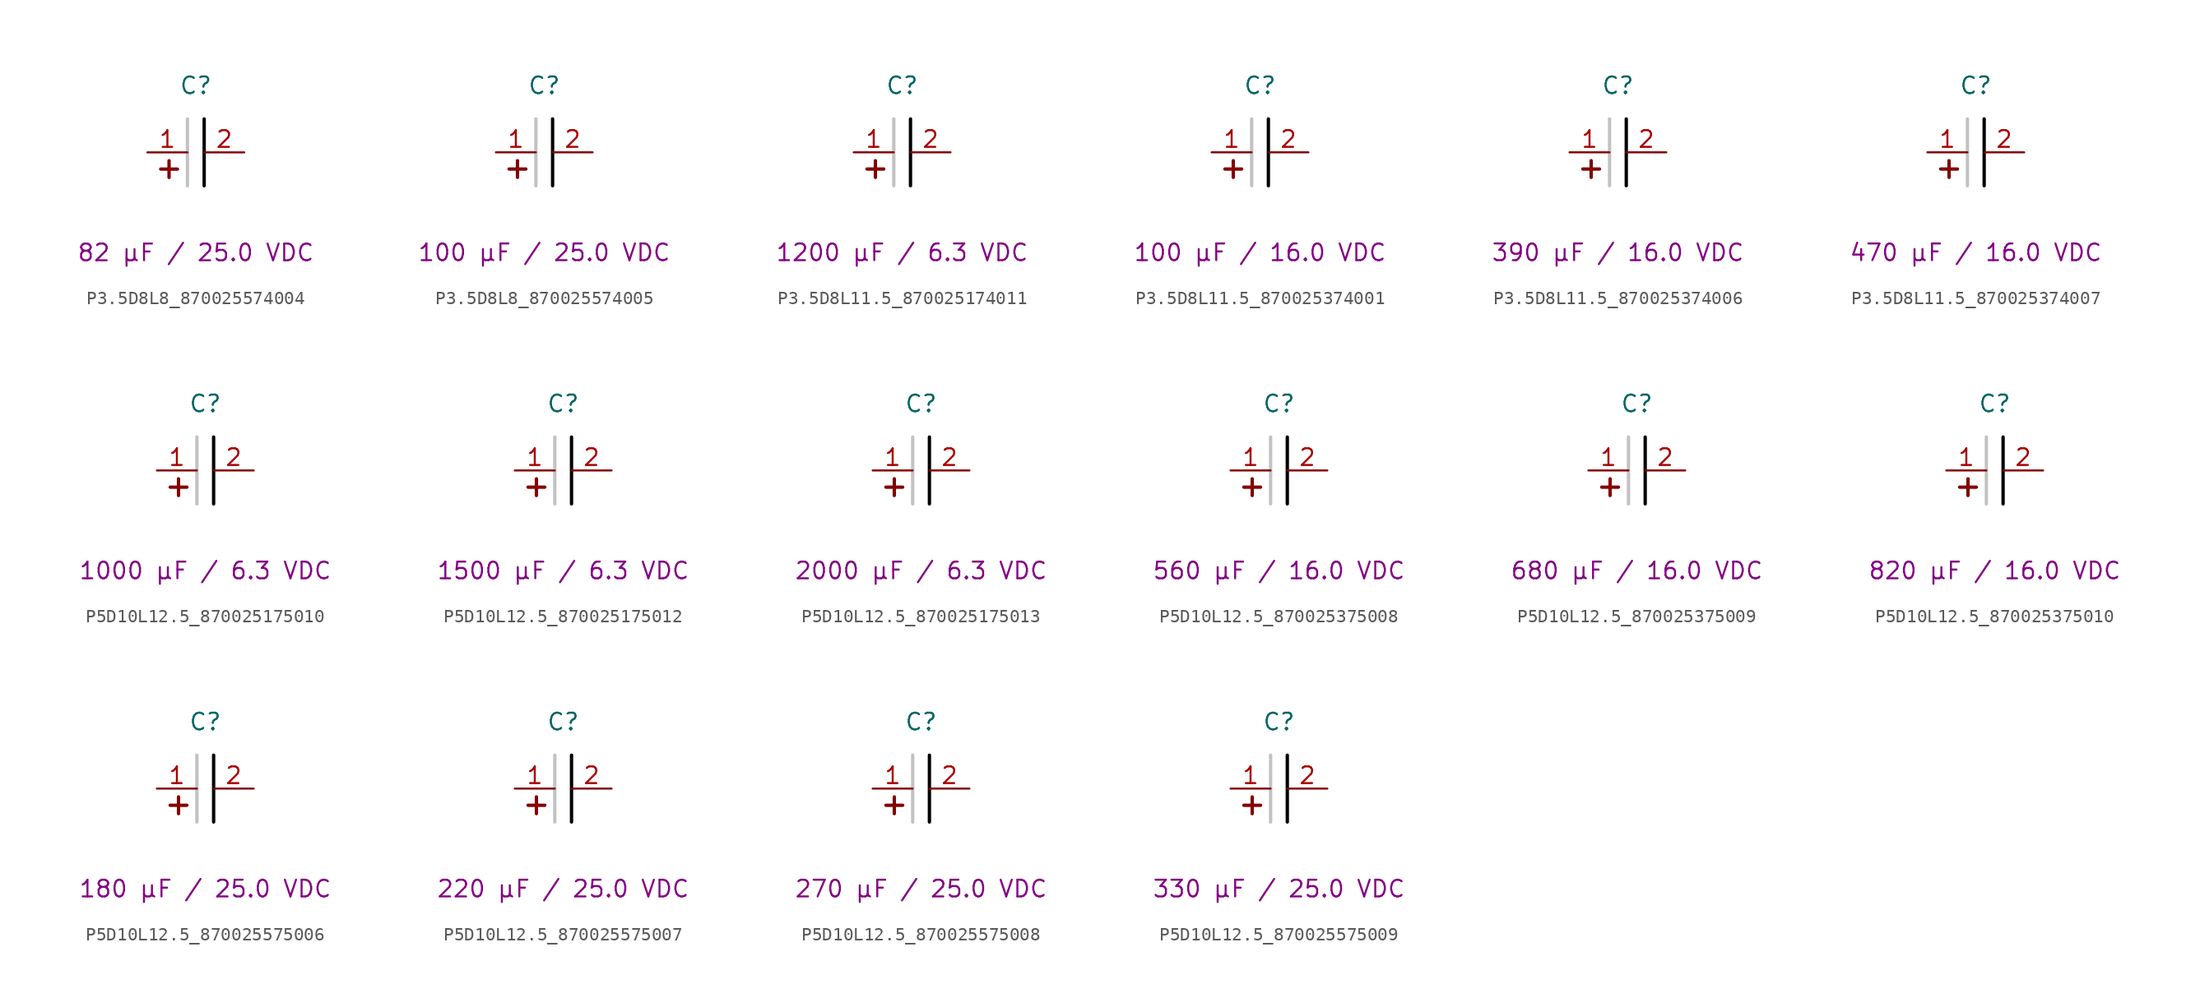
<source format=kicad_sym>
(kicad_symbol_lib
  (version 20220914)
  (generator kicad_symbol_editor)
  (symbol "P3.5D8L8_870025574004"
    (pin_names hide)
    (property "Reference" "C"
      (at 0 5.08 0)
      (effects (font (size 1.27 1.27))))
    (property "Critical Parameter" "82 µF / 25.0 VDC"
      (at 0 -7.62 0)
      (effects (font (size 1.27 1.27))))
    (symbol "P3.5D8L8_870025574004_1_1"
      (polyline (pts (xy -2.667 -1.27) (xy -1.397 -1.27)) (stroke (width 0.254) (type default)) (fill (type none)))
      (polyline (pts (xy -2.032 -0.635) (xy -2.032 -1.905)) (stroke (width 0.254) (type default)) (fill (type none)))
      (polyline (pts (xy -0.635 2.54) (xy -0.635 -2.54)) (stroke (width 0.254) (type default) (color 194 194 194 1)) (fill (type none)))
      (polyline (pts (xy 0.635 2.54) (xy 0.635 -2.54)) (stroke (width 0.254) (type default) (color 0 0 0 1)) (fill (type none)))
      (pin passive line (at -3.679 0 0) (length 3.044) (name "1" (effects (font (size 1.27 1.27)))) (number "1" (effects (font (size 1.27 1.27)))))
      (pin passive line (at 3.679 0 180) (length 3.044) (name "2" (effects (font (size 1.27 1.27)))) (number "2" (effects (font (size 1.27 1.27)))))))
  (symbol "P3.5D8L8_870025574005"
    (pin_names hide)
    (property "Reference" "C"
      (at 0 5.08 0)
      (effects (font (size 1.27 1.27))))
    (property "Critical Parameter" "100 µF / 25.0 VDC"
      (at 0 -7.62 0)
      (effects (font (size 1.27 1.27))))
    (symbol "P3.5D8L8_870025574005_1_1"
      (polyline (pts (xy -2.667 -1.27) (xy -1.397 -1.27)) (stroke (width 0.254) (type default)) (fill (type none)))
      (polyline (pts (xy -2.032 -0.635) (xy -2.032 -1.905)) (stroke (width 0.254) (type default)) (fill (type none)))
      (polyline (pts (xy -0.635 2.54) (xy -0.635 -2.54)) (stroke (width 0.254) (type default) (color 194 194 194 1)) (fill (type none)))
      (polyline (pts (xy 0.635 2.54) (xy 0.635 -2.54)) (stroke (width 0.254) (type default) (color 0 0 0 1)) (fill (type none)))
      (pin passive line (at -3.679 0 0) (length 3.044) (name "1" (effects (font (size 1.27 1.27)))) (number "1" (effects (font (size 1.27 1.27)))))
      (pin passive line (at 3.679 0 180) (length 3.044) (name "2" (effects (font (size 1.27 1.27)))) (number "2" (effects (font (size 1.27 1.27)))))))
  (symbol "P3.5D8L11.5_870025174011"
    (pin_names hide)
    (property "Reference" "C"
      (at 0 5.08 0)
      (effects (font (size 1.27 1.27))))
    (property "Critical Parameter" "1200 µF / 6.3 VDC"
      (at 0 -7.62 0)
      (effects (font (size 1.27 1.27))))
    (symbol "P3.5D8L11.5_870025174011_1_1"
      (polyline (pts (xy -2.667 -1.27) (xy -1.397 -1.27)) (stroke (width 0.254) (type default)) (fill (type none)))
      (polyline (pts (xy -2.032 -0.635) (xy -2.032 -1.905)) (stroke (width 0.254) (type default)) (fill (type none)))
      (polyline (pts (xy -0.635 2.54) (xy -0.635 -2.54)) (stroke (width 0.254) (type default) (color 194 194 194 1)) (fill (type none)))
      (polyline (pts (xy 0.635 2.54) (xy 0.635 -2.54)) (stroke (width 0.254) (type default) (color 0 0 0 1)) (fill (type none)))
      (pin passive line (at -3.679 0 0) (length 3.044) (name "1" (effects (font (size 1.27 1.27)))) (number "1" (effects (font (size 1.27 1.27)))))
      (pin passive line (at 3.679 0 180) (length 3.044) (name "2" (effects (font (size 1.27 1.27)))) (number "2" (effects (font (size 1.27 1.27)))))))
  (symbol "P3.5D8L11.5_870025374001"
    (pin_names hide)
    (property "Reference" "C"
      (at 0 5.08 0)
      (effects (font (size 1.27 1.27))))
    (property "Critical Parameter" "100 µF / 16.0 VDC"
      (at 0 -7.62 0)
      (effects (font (size 1.27 1.27))))
    (symbol "P3.5D8L11.5_870025374001_1_1"
      (polyline (pts (xy -2.667 -1.27) (xy -1.397 -1.27)) (stroke (width 0.254) (type default)) (fill (type none)))
      (polyline (pts (xy -2.032 -0.635) (xy -2.032 -1.905)) (stroke (width 0.254) (type default)) (fill (type none)))
      (polyline (pts (xy -0.635 2.54) (xy -0.635 -2.54)) (stroke (width 0.254) (type default) (color 194 194 194 1)) (fill (type none)))
      (polyline (pts (xy 0.635 2.54) (xy 0.635 -2.54)) (stroke (width 0.254) (type default) (color 0 0 0 1)) (fill (type none)))
      (pin passive line (at -3.679 0 0) (length 3.044) (name "1" (effects (font (size 1.27 1.27)))) (number "1" (effects (font (size 1.27 1.27)))))
      (pin passive line (at 3.679 0 180) (length 3.044) (name "2" (effects (font (size 1.27 1.27)))) (number "2" (effects (font (size 1.27 1.27)))))))
  (symbol "P3.5D8L11.5_870025374006"
    (pin_names hide)
    (property "Reference" "C"
      (at 0 5.08 0)
      (effects (font (size 1.27 1.27))))
    (property "Critical Parameter" "390 µF / 16.0 VDC"
      (at 0 -7.62 0)
      (effects (font (size 1.27 1.27))))
    (symbol "P3.5D8L11.5_870025374006_1_1"
      (polyline (pts (xy -2.667 -1.27) (xy -1.397 -1.27)) (stroke (width 0.254) (type default)) (fill (type none)))
      (polyline (pts (xy -2.032 -0.635) (xy -2.032 -1.905)) (stroke (width 0.254) (type default)) (fill (type none)))
      (polyline (pts (xy -0.635 2.54) (xy -0.635 -2.54)) (stroke (width 0.254) (type default) (color 194 194 194 1)) (fill (type none)))
      (polyline (pts (xy 0.635 2.54) (xy 0.635 -2.54)) (stroke (width 0.254) (type default) (color 0 0 0 1)) (fill (type none)))
      (pin passive line (at -3.679 0 0) (length 3.044) (name "1" (effects (font (size 1.27 1.27)))) (number "1" (effects (font (size 1.27 1.27)))))
      (pin passive line (at 3.679 0 180) (length 3.044) (name "2" (effects (font (size 1.27 1.27)))) (number "2" (effects (font (size 1.27 1.27)))))))
  (symbol "P3.5D8L11.5_870025374007"
    (pin_names hide)
    (property "Reference" "C"
      (at 0 5.08 0)
      (effects (font (size 1.27 1.27))))
    (property "Critical Parameter" "470 µF / 16.0 VDC"
      (at 0 -7.62 0)
      (effects (font (size 1.27 1.27))))
    (symbol "P3.5D8L11.5_870025374007_1_1"
      (polyline (pts (xy -2.667 -1.27) (xy -1.397 -1.27)) (stroke (width 0.254) (type default)) (fill (type none)))
      (polyline (pts (xy -2.032 -0.635) (xy -2.032 -1.905)) (stroke (width 0.254) (type default)) (fill (type none)))
      (polyline (pts (xy -0.635 2.54) (xy -0.635 -2.54)) (stroke (width 0.254) (type default) (color 194 194 194 1)) (fill (type none)))
      (polyline (pts (xy 0.635 2.54) (xy 0.635 -2.54)) (stroke (width 0.254) (type default) (color 0 0 0 1)) (fill (type none)))
      (pin passive line (at -3.679 0 0) (length 3.044) (name "1" (effects (font (size 1.27 1.27)))) (number "1" (effects (font (size 1.27 1.27)))))
      (pin passive line (at 3.679 0 180) (length 3.044) (name "2" (effects (font (size 1.27 1.27)))) (number "2" (effects (font (size 1.27 1.27)))))))
  (symbol "P5D10L12.5_870025175010"
    (pin_names hide)
    (property "Reference" "C"
      (at 0 5.08 0)
      (effects (font (size 1.27 1.27))))
    (property "Critical Parameter" "1000 µF / 6.3 VDC"
      (at 0 -7.62 0)
      (effects (font (size 1.27 1.27))))
    (symbol "P5D10L12.5_870025175010_1_1"
      (polyline (pts (xy -2.667 -1.27) (xy -1.397 -1.27)) (stroke (width 0.254) (type default)) (fill (type none)))
      (polyline (pts (xy -2.032 -0.635) (xy -2.032 -1.905)) (stroke (width 0.254) (type default)) (fill (type none)))
      (polyline (pts (xy -0.635 2.54) (xy -0.635 -2.54)) (stroke (width 0.254) (type default) (color 194 194 194 1)) (fill (type none)))
      (polyline (pts (xy 0.635 2.54) (xy 0.635 -2.54)) (stroke (width 0.254) (type default) (color 0 0 0 1)) (fill (type none)))
      (pin passive line (at -3.679 0 0) (length 3.044) (name "1" (effects (font (size 1.27 1.27)))) (number "1" (effects (font (size 1.27 1.27)))))
      (pin passive line (at 3.679 0 180) (length 3.044) (name "2" (effects (font (size 1.27 1.27)))) (number "2" (effects (font (size 1.27 1.27)))))))
  (symbol "P5D10L12.5_870025175012"
    (pin_names hide)
    (property "Reference" "C"
      (at 0 5.08 0)
      (effects (font (size 1.27 1.27))))
    (property "Critical Parameter" "1500 µF / 6.3 VDC"
      (at 0 -7.62 0)
      (effects (font (size 1.27 1.27))))
    (symbol "P5D10L12.5_870025175012_1_1"
      (polyline (pts (xy -2.667 -1.27) (xy -1.397 -1.27)) (stroke (width 0.254) (type default)) (fill (type none)))
      (polyline (pts (xy -2.032 -0.635) (xy -2.032 -1.905)) (stroke (width 0.254) (type default)) (fill (type none)))
      (polyline (pts (xy -0.635 2.54) (xy -0.635 -2.54)) (stroke (width 0.254) (type default) (color 194 194 194 1)) (fill (type none)))
      (polyline (pts (xy 0.635 2.54) (xy 0.635 -2.54)) (stroke (width 0.254) (type default) (color 0 0 0 1)) (fill (type none)))
      (pin passive line (at -3.679 0 0) (length 3.044) (name "1" (effects (font (size 1.27 1.27)))) (number "1" (effects (font (size 1.27 1.27)))))
      (pin passive line (at 3.679 0 180) (length 3.044) (name "2" (effects (font (size 1.27 1.27)))) (number "2" (effects (font (size 1.27 1.27)))))))
  (symbol "P5D10L12.5_870025175013"
    (pin_names hide)
    (property "Reference" "C"
      (at 0 5.08 0)
      (effects (font (size 1.27 1.27))))
    (property "Critical Parameter" "2000 µF / 6.3 VDC"
      (at 0 -7.62 0)
      (effects (font (size 1.27 1.27))))
    (symbol "P5D10L12.5_870025175013_1_1"
      (polyline (pts (xy -2.667 -1.27) (xy -1.397 -1.27)) (stroke (width 0.254) (type default)) (fill (type none)))
      (polyline (pts (xy -2.032 -0.635) (xy -2.032 -1.905)) (stroke (width 0.254) (type default)) (fill (type none)))
      (polyline (pts (xy -0.635 2.54) (xy -0.635 -2.54)) (stroke (width 0.254) (type default) (color 194 194 194 1)) (fill (type none)))
      (polyline (pts (xy 0.635 2.54) (xy 0.635 -2.54)) (stroke (width 0.254) (type default) (color 0 0 0 1)) (fill (type none)))
      (pin passive line (at -3.679 0 0) (length 3.044) (name "1" (effects (font (size 1.27 1.27)))) (number "1" (effects (font (size 1.27 1.27)))))
      (pin passive line (at 3.679 0 180) (length 3.044) (name "2" (effects (font (size 1.27 1.27)))) (number "2" (effects (font (size 1.27 1.27)))))))
  (symbol "P5D10L12.5_870025375008"
    (pin_names hide)
    (property "Reference" "C"
      (at 0 5.08 0)
      (effects (font (size 1.27 1.27))))
    (property "Critical Parameter" "560 µF / 16.0 VDC"
      (at 0 -7.62 0)
      (effects (font (size 1.27 1.27))))
    (symbol "P5D10L12.5_870025375008_1_1"
      (polyline (pts (xy -2.667 -1.27) (xy -1.397 -1.27)) (stroke (width 0.254) (type default)) (fill (type none)))
      (polyline (pts (xy -2.032 -0.635) (xy -2.032 -1.905)) (stroke (width 0.254) (type default)) (fill (type none)))
      (polyline (pts (xy -0.635 2.54) (xy -0.635 -2.54)) (stroke (width 0.254) (type default) (color 194 194 194 1)) (fill (type none)))
      (polyline (pts (xy 0.635 2.54) (xy 0.635 -2.54)) (stroke (width 0.254) (type default) (color 0 0 0 1)) (fill (type none)))
      (pin passive line (at -3.679 0 0) (length 3.044) (name "1" (effects (font (size 1.27 1.27)))) (number "1" (effects (font (size 1.27 1.27)))))
      (pin passive line (at 3.679 0 180) (length 3.044) (name "2" (effects (font (size 1.27 1.27)))) (number "2" (effects (font (size 1.27 1.27)))))))
  (symbol "P5D10L12.5_870025375009"
    (pin_names hide)
    (property "Reference" "C"
      (at 0 5.08 0)
      (effects (font (size 1.27 1.27))))
    (property "Critical Parameter" "680 µF / 16.0 VDC"
      (at 0 -7.62 0)
      (effects (font (size 1.27 1.27))))
    (symbol "P5D10L12.5_870025375009_1_1"
      (polyline (pts (xy -2.667 -1.27) (xy -1.397 -1.27)) (stroke (width 0.254) (type default)) (fill (type none)))
      (polyline (pts (xy -2.032 -0.635) (xy -2.032 -1.905)) (stroke (width 0.254) (type default)) (fill (type none)))
      (polyline (pts (xy -0.635 2.54) (xy -0.635 -2.54)) (stroke (width 0.254) (type default) (color 194 194 194 1)) (fill (type none)))
      (polyline (pts (xy 0.635 2.54) (xy 0.635 -2.54)) (stroke (width 0.254) (type default) (color 0 0 0 1)) (fill (type none)))
      (pin passive line (at -3.679 0 0) (length 3.044) (name "1" (effects (font (size 1.27 1.27)))) (number "1" (effects (font (size 1.27 1.27)))))
      (pin passive line (at 3.679 0 180) (length 3.044) (name "2" (effects (font (size 1.27 1.27)))) (number "2" (effects (font (size 1.27 1.27)))))))
  (symbol "P5D10L12.5_870025375010"
    (pin_names hide)
    (property "Reference" "C"
      (at 0 5.08 0)
      (effects (font (size 1.27 1.27))))
    (property "Critical Parameter" "820 µF / 16.0 VDC"
      (at 0 -7.62 0)
      (effects (font (size 1.27 1.27))))
    (symbol "P5D10L12.5_870025375010_1_1"
      (polyline (pts (xy -2.667 -1.27) (xy -1.397 -1.27)) (stroke (width 0.254) (type default)) (fill (type none)))
      (polyline (pts (xy -2.032 -0.635) (xy -2.032 -1.905)) (stroke (width 0.254) (type default)) (fill (type none)))
      (polyline (pts (xy -0.635 2.54) (xy -0.635 -2.54)) (stroke (width 0.254) (type default) (color 194 194 194 1)) (fill (type none)))
      (polyline (pts (xy 0.635 2.54) (xy 0.635 -2.54)) (stroke (width 0.254) (type default) (color 0 0 0 1)) (fill (type none)))
      (pin passive line (at -3.679 0 0) (length 3.044) (name "1" (effects (font (size 1.27 1.27)))) (number "1" (effects (font (size 1.27 1.27)))))
      (pin passive line (at 3.679 0 180) (length 3.044) (name "2" (effects (font (size 1.27 1.27)))) (number "2" (effects (font (size 1.27 1.27)))))))
  (symbol "P5D10L12.5_870025575006"
    (pin_names hide)
    (property "Reference" "C"
      (at 0 5.08 0)
      (effects (font (size 1.27 1.27))))
    (property "Critical Parameter" "180 µF / 25.0 VDC"
      (at 0 -7.62 0)
      (effects (font (size 1.27 1.27))))
    (symbol "P5D10L12.5_870025575006_1_1"
      (polyline (pts (xy -2.667 -1.27) (xy -1.397 -1.27)) (stroke (width 0.254) (type default)) (fill (type none)))
      (polyline (pts (xy -2.032 -0.635) (xy -2.032 -1.905)) (stroke (width 0.254) (type default)) (fill (type none)))
      (polyline (pts (xy -0.635 2.54) (xy -0.635 -2.54)) (stroke (width 0.254) (type default) (color 194 194 194 1)) (fill (type none)))
      (polyline (pts (xy 0.635 2.54) (xy 0.635 -2.54)) (stroke (width 0.254) (type default) (color 0 0 0 1)) (fill (type none)))
      (pin passive line (at -3.679 0 0) (length 3.044) (name "1" (effects (font (size 1.27 1.27)))) (number "1" (effects (font (size 1.27 1.27)))))
      (pin passive line (at 3.679 0 180) (length 3.044) (name "2" (effects (font (size 1.27 1.27)))) (number "2" (effects (font (size 1.27 1.27)))))))
  (symbol "P5D10L12.5_870025575007"
    (pin_names hide)
    (property "Reference" "C"
      (at 0 5.08 0)
      (effects (font (size 1.27 1.27))))
    (property "Critical Parameter" "220 µF / 25.0 VDC"
      (at 0 -7.62 0)
      (effects (font (size 1.27 1.27))))
    (symbol "P5D10L12.5_870025575007_1_1"
      (polyline (pts (xy -2.667 -1.27) (xy -1.397 -1.27)) (stroke (width 0.254) (type default)) (fill (type none)))
      (polyline (pts (xy -2.032 -0.635) (xy -2.032 -1.905)) (stroke (width 0.254) (type default)) (fill (type none)))
      (polyline (pts (xy -0.635 2.54) (xy -0.635 -2.54)) (stroke (width 0.254) (type default) (color 194 194 194 1)) (fill (type none)))
      (polyline (pts (xy 0.635 2.54) (xy 0.635 -2.54)) (stroke (width 0.254) (type default) (color 0 0 0 1)) (fill (type none)))
      (pin passive line (at -3.679 0 0) (length 3.044) (name "1" (effects (font (size 1.27 1.27)))) (number "1" (effects (font (size 1.27 1.27)))))
      (pin passive line (at 3.679 0 180) (length 3.044) (name "2" (effects (font (size 1.27 1.27)))) (number "2" (effects (font (size 1.27 1.27)))))))
  (symbol "P5D10L12.5_870025575008"
    (pin_names hide)
    (property "Reference" "C"
      (at 0 5.08 0)
      (effects (font (size 1.27 1.27))))
    (property "Critical Parameter" "270 µF / 25.0 VDC"
      (at 0 -7.62 0)
      (effects (font (size 1.27 1.27))))
    (symbol "P5D10L12.5_870025575008_1_1"
      (polyline (pts (xy -2.667 -1.27) (xy -1.397 -1.27)) (stroke (width 0.254) (type default)) (fill (type none)))
      (polyline (pts (xy -2.032 -0.635) (xy -2.032 -1.905)) (stroke (width 0.254) (type default)) (fill (type none)))
      (polyline (pts (xy -0.635 2.54) (xy -0.635 -2.54)) (stroke (width 0.254) (type default) (color 194 194 194 1)) (fill (type none)))
      (polyline (pts (xy 0.635 2.54) (xy 0.635 -2.54)) (stroke (width 0.254) (type default) (color 0 0 0 1)) (fill (type none)))
      (pin passive line (at -3.679 0 0) (length 3.044) (name "1" (effects (font (size 1.27 1.27)))) (number "1" (effects (font (size 1.27 1.27)))))
      (pin passive line (at 3.679 0 180) (length 3.044) (name "2" (effects (font (size 1.27 1.27)))) (number "2" (effects (font (size 1.27 1.27)))))))
  (symbol "P5D10L12.5_870025575009"
    (pin_names hide)
    (property "Reference" "C"
      (at 0 5.08 0)
      (effects (font (size 1.27 1.27))))
    (property "Critical Parameter" "330 µF / 25.0 VDC"
      (at 0 -7.62 0)
      (effects (font (size 1.27 1.27))))
    (symbol "P5D10L12.5_870025575009_1_1"
      (polyline (pts (xy -2.667 -1.27) (xy -1.397 -1.27)) (stroke (width 0.254) (type default)) (fill (type none)))
      (polyline (pts (xy -2.032 -0.635) (xy -2.032 -1.905)) (stroke (width 0.254) (type default)) (fill (type none)))
      (polyline (pts (xy -0.635 2.54) (xy -0.635 -2.54)) (stroke (width 0.254) (type default) (color 194 194 194 1)) (fill (type none)))
      (polyline (pts (xy 0.635 2.54) (xy 0.635 -2.54)) (stroke (width 0.254) (type default) (color 0 0 0 1)) (fill (type none)))
      (pin passive line (at -3.679 0 0) (length 3.044) (name "1" (effects (font (size 1.27 1.27)))) (number "1" (effects (font (size 1.27 1.27)))))
      (pin passive line (at 3.679 0 180) (length 3.044) (name "2" (effects (font (size 1.27 1.27)))) (number "2" (effects (font (size 1.27 1.27))))))))
</source>
